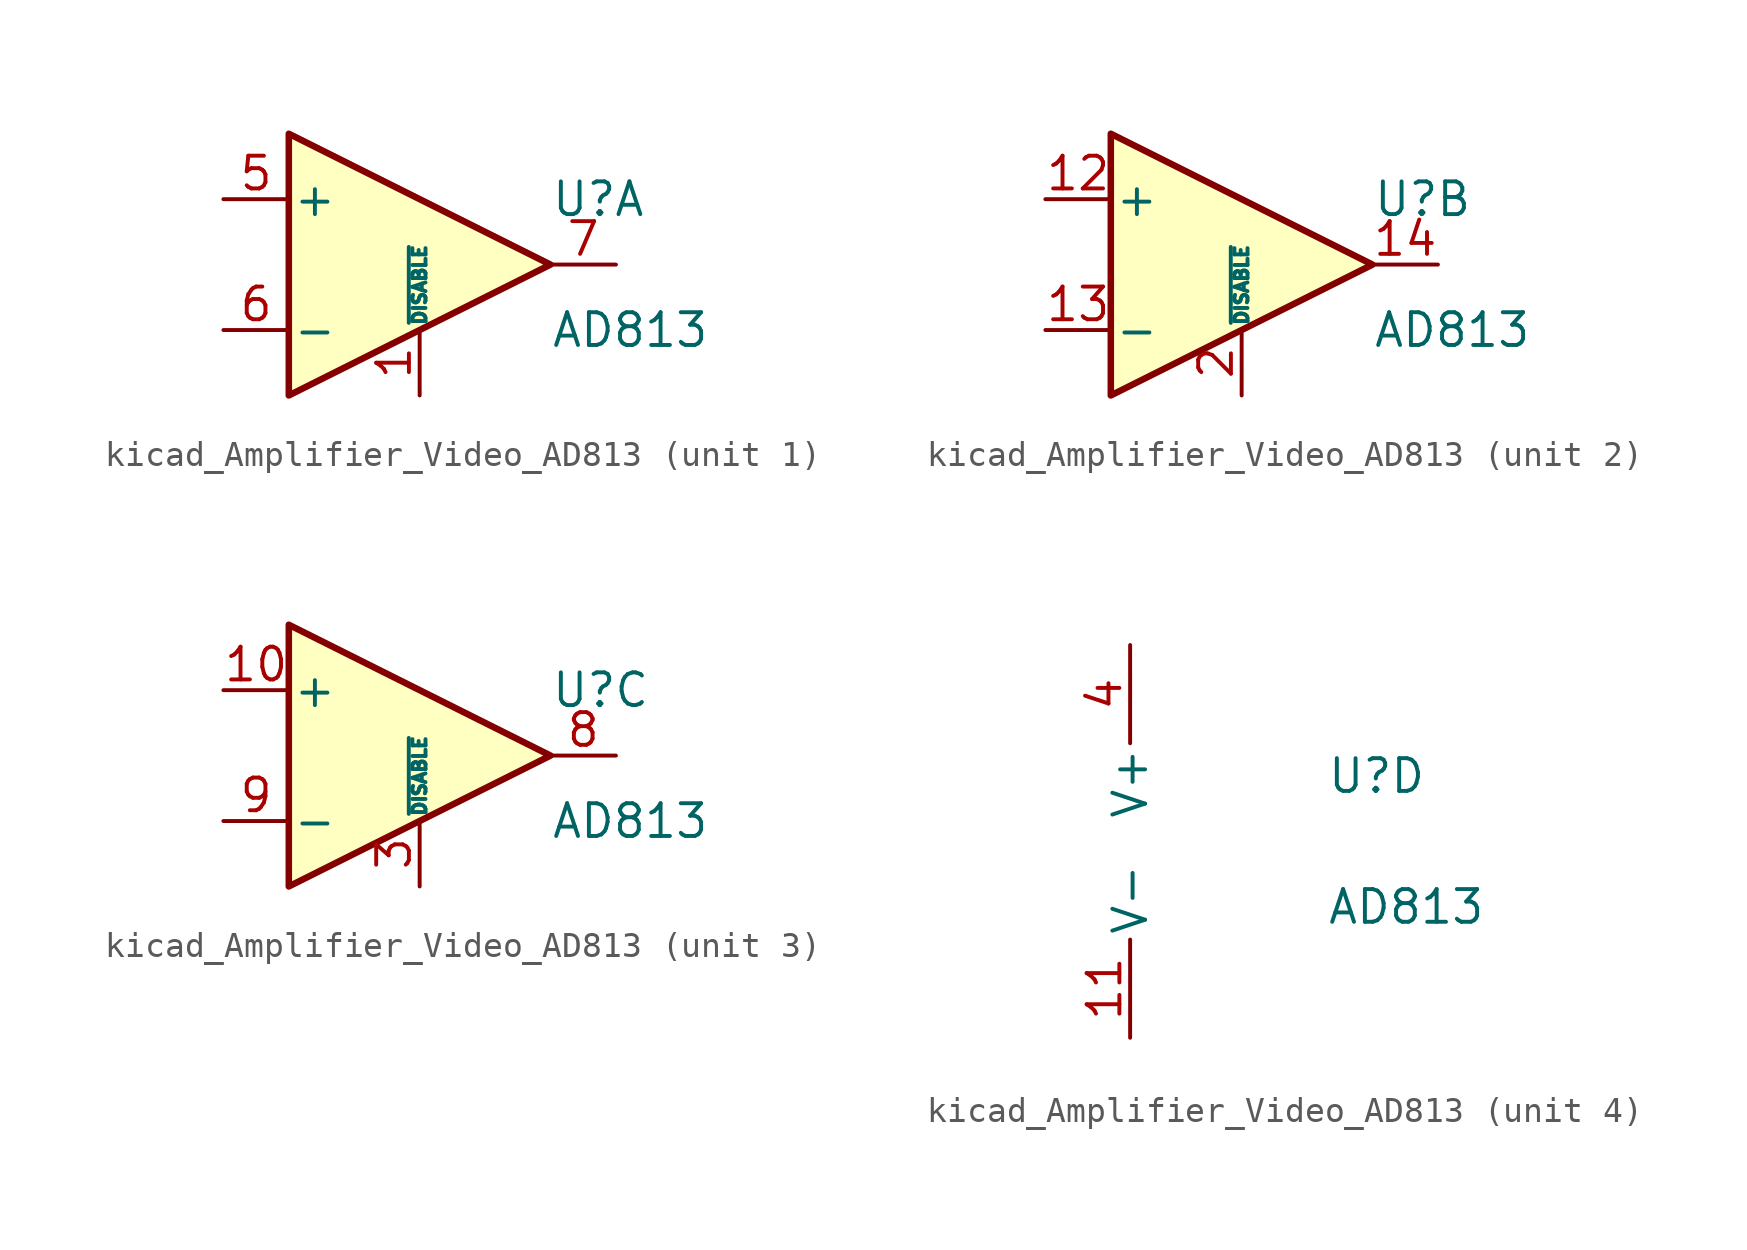
<source format=kicad_sym>
(kicad_symbol_lib
  (version 20220914)
  (generator kicad_symbol_editor)
  (symbol "kicad_Amplifier_Video_AD813"
    (pin_names
      (offset 0.127))
    (property "Reference" "U"
      (at 5.08 2.54 0)
      (effects (font (size 1.27 1.27)) (justify left)))
    (property "Value" "AD813"
      (at 5.08 -2.54 0)
      (effects (font (size 1.27 1.27)) (justify left)))
    (property "ki_locked" ""
      (at 0 0 0)
      (effects (font (size 1.27 1.27))))
    (symbol "kicad_Amplifier_Video_AD813_1_1"
      (polyline (pts (xy 5.08 0) (xy -5.08 5.08) (xy -5.08 -5.08) (xy 5.08 0)) (stroke (width 0.254) (type default)) (fill (type background)))
      (pin input line (at 0 -5.08 90) (length 2.54) (name "~{DISABLE}" (effects (font (size 0.508 0.508)))) (number "1" (effects (font (size 1.27 1.27)))))
      (pin input line (at -7.62 2.54 0) (length 2.54) (name "+" (effects (font (size 1.27 1.27)))) (number "5" (effects (font (size 1.27 1.27)))))
      (pin input line (at -7.62 -2.54 0) (length 2.54) (name "-" (effects (font (size 1.27 1.27)))) (number "6" (effects (font (size 1.27 1.27)))))
      (pin output line (at 7.62 0 180) (length 2.54) (name "~" (effects (font (size 1.27 1.27)))) (number "7" (effects (font (size 1.27 1.27))))))
    (symbol "kicad_Amplifier_Video_AD813_2_1"
      (polyline (pts (xy 5.08 0) (xy -5.08 5.08) (xy -5.08 -5.08) (xy 5.08 0)) (stroke (width 0.254) (type default)) (fill (type background)))
      (pin input line (at -7.62 2.54 0) (length 2.54) (name "+" (effects (font (size 1.27 1.27)))) (number "12" (effects (font (size 1.27 1.27)))))
      (pin input line (at -7.62 -2.54 0) (length 2.54) (name "-" (effects (font (size 1.27 1.27)))) (number "13" (effects (font (size 1.27 1.27)))))
      (pin output line (at 7.62 0 180) (length 2.54) (name "~" (effects (font (size 1.27 1.27)))) (number "14" (effects (font (size 1.27 1.27)))))
      (pin input line (at 0 -5.08 90) (length 2.54) (name "~{DISABLE}" (effects (font (size 0.508 0.508)))) (number "2" (effects (font (size 1.27 1.27))))))
    (symbol "kicad_Amplifier_Video_AD813_3_1"
      (polyline (pts (xy 5.08 0) (xy -5.08 5.08) (xy -5.08 -5.08) (xy 5.08 0)) (stroke (width 0.254) (type default)) (fill (type background)))
      (pin input line (at -7.62 2.54 0) (length 2.54) (name "+" (effects (font (size 1.27 1.27)))) (number "10" (effects (font (size 1.27 1.27)))))
      (pin input line (at 0 -5.08 90) (length 2.54) (name "~{DISABLE}" (effects (font (size 0.508 0.508)))) (number "3" (effects (font (size 1.27 1.27)))))
      (pin output line (at 7.62 0 180) (length 2.54) (name "~" (effects (font (size 1.27 1.27)))) (number "8" (effects (font (size 1.27 1.27)))))
      (pin input line (at -7.62 -2.54 0) (length 2.54) (name "-" (effects (font (size 1.27 1.27)))) (number "9" (effects (font (size 1.27 1.27))))))
    (symbol "kicad_Amplifier_Video_AD813_4_1"
      (pin power_in line (at -2.54 -7.62 90) (length 3.81) (name "V-" (effects (font (size 1.27 1.27)))) (number "11" (effects (font (size 1.27 1.27)))))
      (pin power_in line (at -2.54 7.62 270) (length 3.81) (name "V+" (effects (font (size 1.27 1.27)))) (number "4" (effects (font (size 1.27 1.27))))))))
</source>
